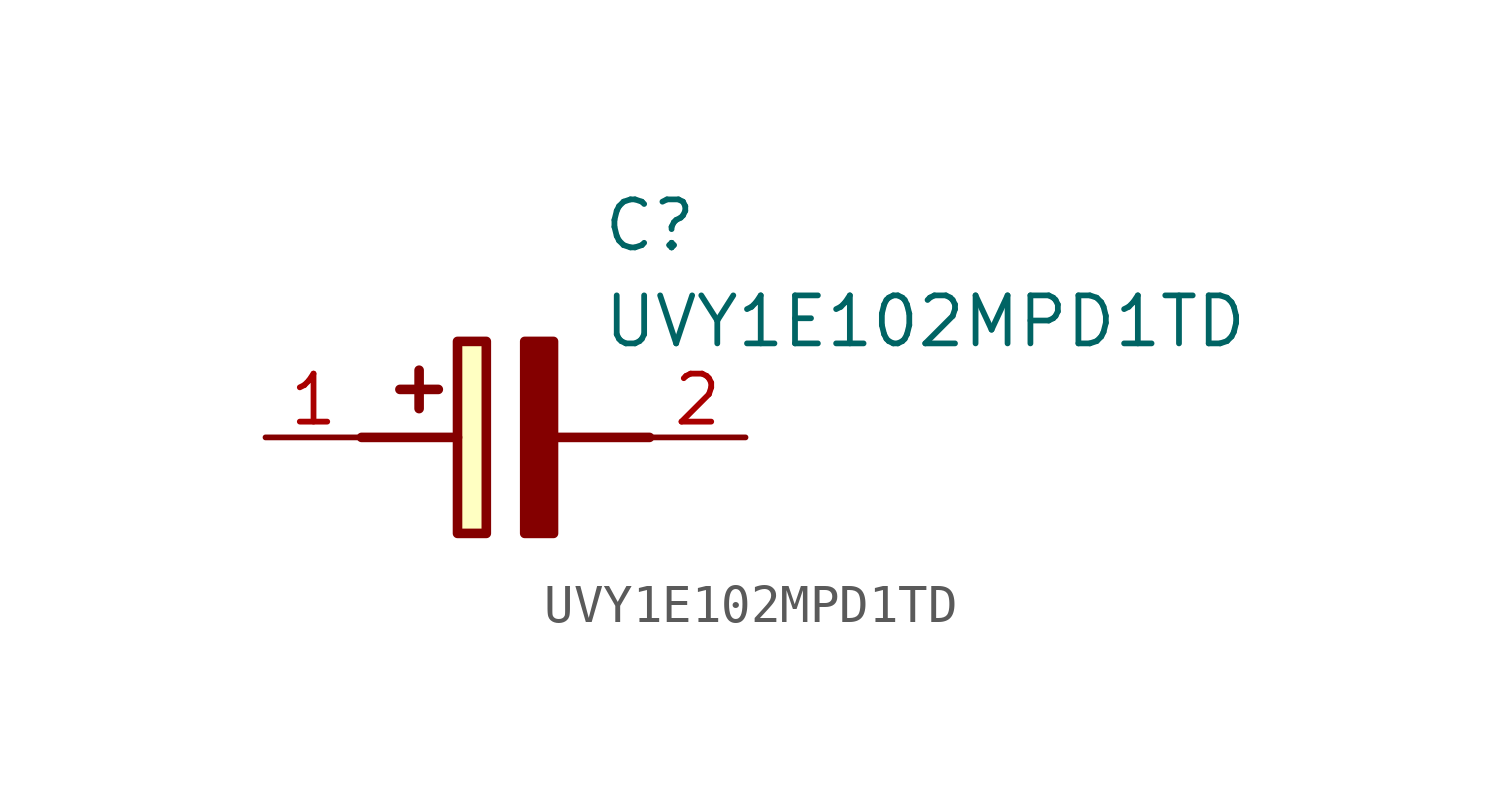
<source format=kicad_sym>
(kicad_symbol_lib
  (version 20211014)
  (generator SamacSys_ECAD_Model)
  (symbol "UVY1E102MPD1TD"
    (pin_names hide)
    (property "Reference" "C"
      (at 8.89 6.35 0)
      (effects (font (size 1.27 1.27)) (justify left top)))
    (property "Value" "UVY1E102MPD1TD"
      (at 8.89 3.81 0)
      (effects (font (size 1.27 1.27)) (justify left top)))
    (rectangle
      (start 5.08 2.54)
      (end 5.842 -2.54)
      (stroke (width 0.254) (type default))
      (fill (type background)))
    (polyline
      (pts (xy 4.572 1.27) (xy 3.556 1.27))
      (stroke (width 0.254) (type default))
      (fill (type none)))
    (polyline
      (pts (xy 4.064 1.778) (xy 4.064 0.762))
      (stroke (width 0.254) (type default))
      (fill (type none)))
    (polyline
      (pts (xy 2.54 0) (xy 5.08 0))
      (stroke (width 0.254) (type default))
      (fill (type none)))
    (polyline
      (pts (xy 7.62 0) (xy 10.16 0))
      (stroke (width 0.254) (type default))
      (fill (type none)))
    (polyline
      (pts (xy 7.62 2.54) (xy 7.62 -2.54) (xy 6.858 -2.54) (xy 6.858 2.54) (xy 7.62 2.54))
      (stroke (width 0.254) (type default))
      (fill (type outline)))
    (pin passive line
      (at 0 0 0)
      (length 2.54)
      (name "+" (effects (font (size 1.27 1.27))))
      (number "1" (effects (font (size 1.27 1.27)))))
    (pin passive line
      (at 12.7 0 180)
      (length 2.54)
      (name "-" (effects (font (size 1.27 1.27))))
      (number "2" (effects (font (size 1.27 1.27)))))))
</source>
